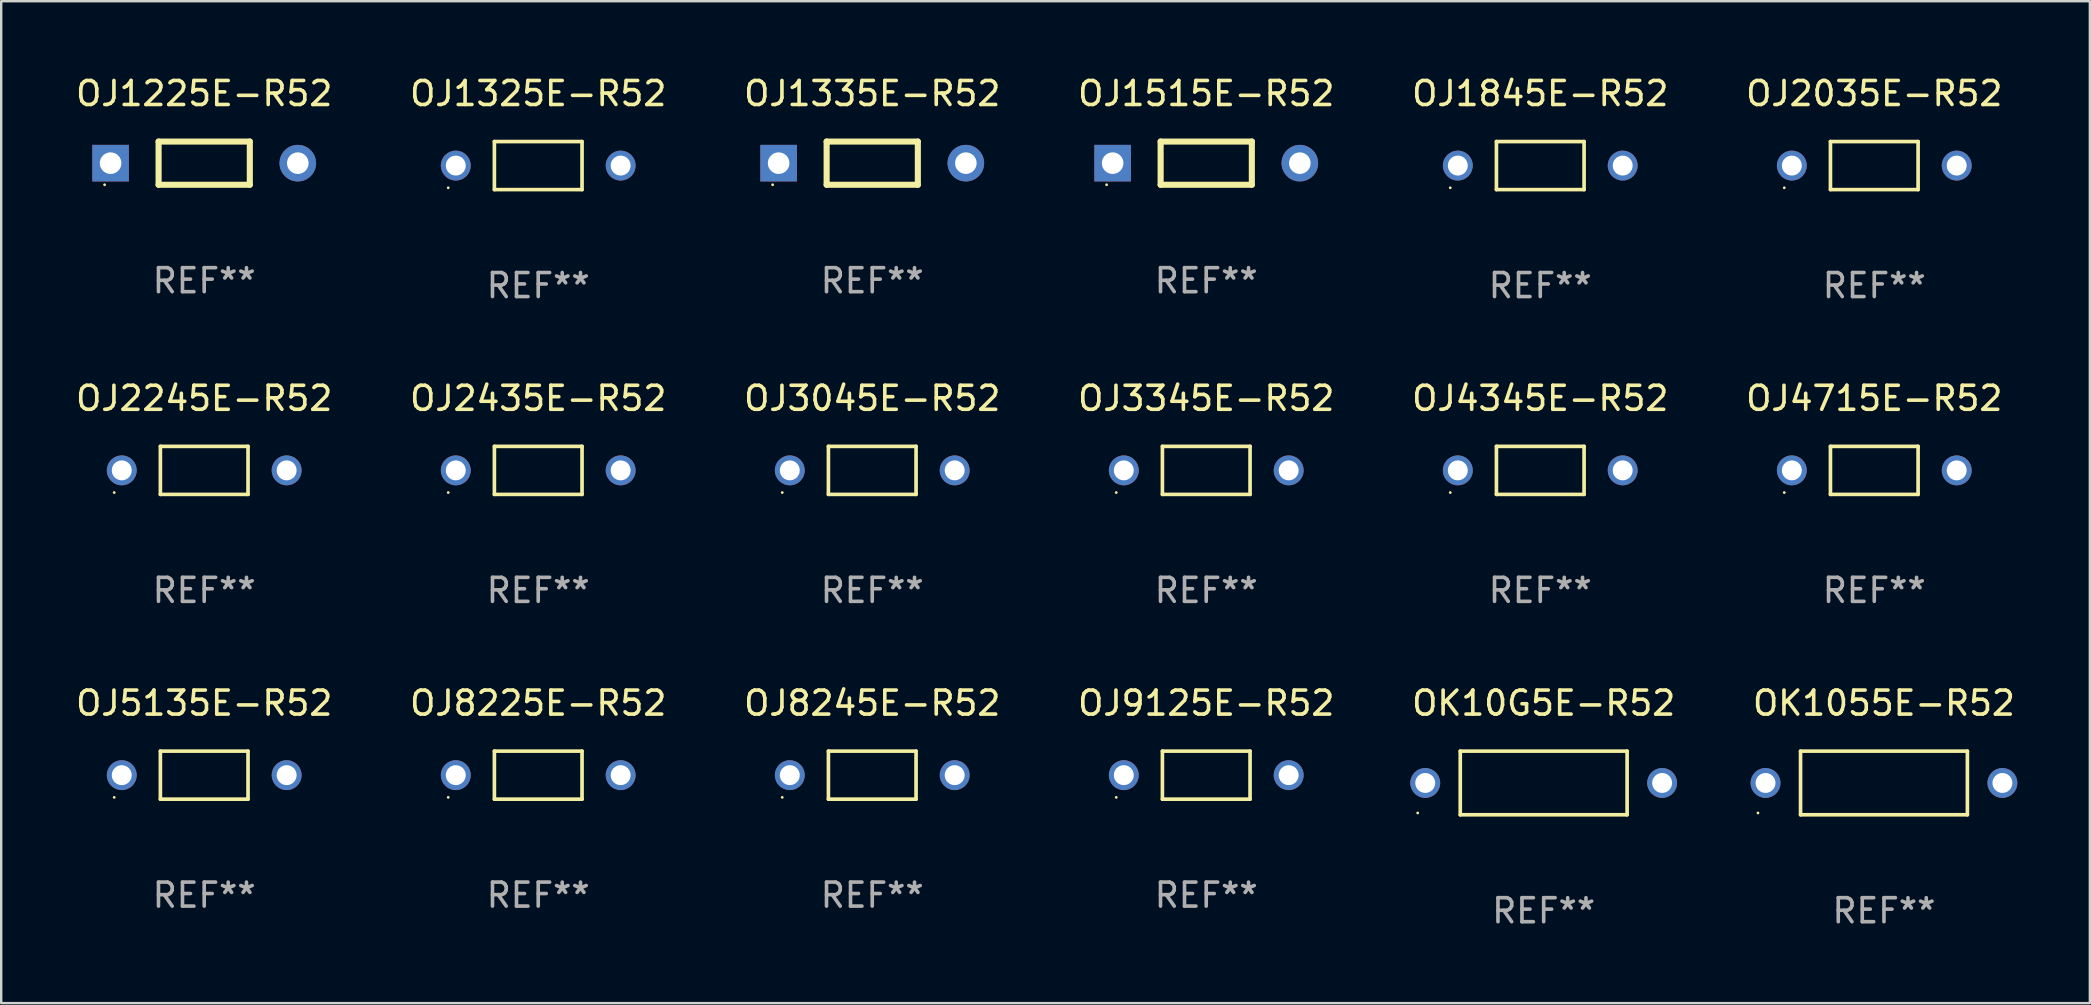
<source format=kicad_pcb>
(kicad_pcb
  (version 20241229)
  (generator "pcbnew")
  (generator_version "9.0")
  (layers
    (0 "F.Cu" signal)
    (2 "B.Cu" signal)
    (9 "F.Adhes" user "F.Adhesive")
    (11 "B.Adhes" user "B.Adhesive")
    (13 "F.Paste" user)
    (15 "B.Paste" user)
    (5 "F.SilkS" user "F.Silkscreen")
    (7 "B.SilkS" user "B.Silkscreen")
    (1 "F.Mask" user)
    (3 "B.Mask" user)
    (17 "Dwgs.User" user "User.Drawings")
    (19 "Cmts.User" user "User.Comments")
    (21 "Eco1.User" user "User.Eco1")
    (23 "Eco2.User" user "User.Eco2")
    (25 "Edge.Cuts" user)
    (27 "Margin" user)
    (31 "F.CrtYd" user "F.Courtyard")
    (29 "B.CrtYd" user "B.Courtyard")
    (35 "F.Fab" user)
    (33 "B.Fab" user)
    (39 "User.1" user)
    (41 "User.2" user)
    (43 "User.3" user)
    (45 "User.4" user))
  (footprint "OJ1335E-R52"
    (layer "F.Cu")
    (at 33.292 3.748)
    (property "Reference" "OJ1335E-R52" (at 0 -2.9 0) (layer "F.SilkS") (effects (font (size 1 1) (thickness 0.15))))
    (attr through_hole)
    (fp_line (start -1.9 -0.9) (end 1.9 -0.9) (stroke (width 0.254) (type solid)) (layer "F.SilkS"))
    (fp_line (start -1.9 0.9) (end -1.9 -0.9) (stroke (width 0.254) (type solid)) (layer "F.SilkS"))
    (fp_line (start 1.9 -0.9) (end 1.9 0.9) (stroke (width 0.254) (type solid)) (layer "F.SilkS"))
    (fp_line (start 1.9 0.9) (end -1.9 0.9) (stroke (width 0.254) (type solid)) (layer "F.SilkS"))
    (fp_circle (center -4.15 0.9) (end -4.12 0.9) (stroke (width 0.06) (type solid)) (fill no) (layer "F.SilkS"))
    (fp_text user "REF**" (at 0 4.9 0) (layer "F.Fab") (effects (font (size 1 1) (thickness 0.15))))
    (pad "1" thru_hole rect (at -3.9 0) (size 1.524 1.524) (drill 0.9) (layers "*.Cu" "*.Mask"))
    (pad "2" thru_hole circle (at 3.9 0) (size 1.524 1.524) (drill 0.9) (layers "*.Cu" "*.Mask")))
  (footprint "OK10G5E-R52"
    (layer "F.Cu")
    (at 61.268 29.572)
    (property "Reference" "OK10G5E-R52" (at 0 -3.326 0) (layer "F.SilkS") (effects (font (size 1 1) (thickness 0.15))))
    (attr through_hole)
    (fp_line (start -3.476 -1.326) (end 3.476 -1.326) (stroke (width 0.152) (type solid)) (layer "F.SilkS"))
    (fp_line (start -3.476 1.326) (end -3.476 -1.326) (stroke (width 0.152) (type solid)) (layer "F.SilkS"))
    (fp_line (start 3.476 -1.326) (end 3.476 1.326) (stroke (width 0.152) (type solid)) (layer "F.SilkS"))
    (fp_line (start 3.476 1.326) (end -3.476 1.326) (stroke (width 0.152) (type solid)) (layer "F.SilkS"))
    (fp_circle (center -5.25 1.25) (end -5.22 1.25) (stroke (width 0.06) (type solid)) (fill no) (layer "F.SilkS"))
    (fp_text user "REF**" (at 0 5.326 0) (layer "F.Fab") (effects (font (size 1 1) (thickness 0.15))))
    (pad "1" thru_hole circle (at -4.935 -0.000013) (size 1.245 1.245) (drill 0.83) (layers "*.Cu" "*.Mask"))
    (pad "2" thru_hole circle (at 4.935 -0.000013) (size 1.245 1.245) (drill 0.83) (layers "*.Cu" "*.Mask")))
  (footprint "OJ4345E-R52"
    (layer "F.Cu")
    (at 61.125 16.548)
    (property "Reference" "OJ4345E-R52" (at 0 -3.001 0) (layer "F.SilkS") (effects (font (size 1 1) (thickness 0.15))))
    (attr through_hole)
    (fp_line (start -1.826 -1.001) (end 1.826 -1.001) (stroke (width 0.152) (type solid)) (layer "F.SilkS"))
    (fp_line (start -1.826 1.001) (end -1.826 -1.001) (stroke (width 0.152) (type solid)) (layer "F.SilkS"))
    (fp_line (start 1.826 -1.001) (end 1.826 1.001) (stroke (width 0.152) (type solid)) (layer "F.SilkS"))
    (fp_line (start 1.826 1.001) (end -1.826 1.001) (stroke (width 0.152) (type solid)) (layer "F.SilkS"))
    (fp_circle (center -3.75 0.925) (end -3.72 0.925) (stroke (width 0.06) (type solid)) (fill no) (layer "F.SilkS"))
    (fp_text user "REF**" (at 0 5.001 0) (layer "F.Fab") (effects (font (size 1 1) (thickness 0.15))))
    (pad "1" thru_hole circle (at -3.435 0) (size 1.245 1.245) (drill 0.83) (layers "*.Cu" "*.Mask"))
    (pad "2" thru_hole circle (at 3.435 0) (size 1.245 1.245) (drill 0.83) (layers "*.Cu" "*.Mask")))
  (footprint "OJ1515E-R52"
    (layer "F.Cu")
    (at 47.208 3.748)
    (property "Reference" "OJ1515E-R52" (at 0 -2.9 0) (layer "F.SilkS") (effects (font (size 1 1) (thickness 0.15))))
    (attr through_hole)
    (fp_line (start -1.9 -0.9) (end 1.9 -0.9) (stroke (width 0.254) (type solid)) (layer "F.SilkS"))
    (fp_line (start -1.9 0.9) (end -1.9 -0.9) (stroke (width 0.254) (type solid)) (layer "F.SilkS"))
    (fp_line (start 1.9 -0.9) (end 1.9 0.9) (stroke (width 0.254) (type solid)) (layer "F.SilkS"))
    (fp_line (start 1.9 0.9) (end -1.9 0.9) (stroke (width 0.254) (type solid)) (layer "F.SilkS"))
    (fp_circle (center -4.15 0.9) (end -4.12 0.9) (stroke (width 0.06) (type solid)) (fill no) (layer "F.SilkS"))
    (fp_text user "REF**" (at 0 4.9 0) (layer "F.Fab") (effects (font (size 1 1) (thickness 0.15))))
    (pad "1" thru_hole rect (at -3.9 0) (size 1.524 1.524) (drill 0.9) (layers "*.Cu" "*.Mask"))
    (pad "2" thru_hole circle (at 3.9 0) (size 1.524 1.524) (drill 0.9) (layers "*.Cu" "*.Mask")))
  (footprint "OJ9125E-R52"
    (layer "F.Cu")
    (at 47.208 29.247)
    (property "Reference" "OJ9125E-R52" (at 0 -3.001 0) (layer "F.SilkS") (effects (font (size 1 1) (thickness 0.15))))
    (attr through_hole)
    (fp_line (start -1.826 -1.001) (end 1.826 -1.001) (stroke (width 0.152) (type solid)) (layer "F.SilkS"))
    (fp_line (start -1.826 1.001) (end -1.826 -1.001) (stroke (width 0.152) (type solid)) (layer "F.SilkS"))
    (fp_line (start 1.826 -1.001) (end 1.826 1.001) (stroke (width 0.152) (type solid)) (layer "F.SilkS"))
    (fp_line (start 1.826 1.001) (end -1.826 1.001) (stroke (width 0.152) (type solid)) (layer "F.SilkS"))
    (fp_circle (center -3.75 0.925) (end -3.72 0.925) (stroke (width 0.06) (type solid)) (fill no) (layer "F.SilkS"))
    (fp_text user "REF**" (at 0 5.001 0) (layer "F.Fab") (effects (font (size 1 1) (thickness 0.15))))
    (pad "1" thru_hole circle (at -3.435 0) (size 1.245 1.245) (drill 0.83) (layers "*.Cu" "*.Mask"))
    (pad "2" thru_hole circle (at 3.435 0) (size 1.245 1.245) (drill 0.83) (layers "*.Cu" "*.Mask")))
  (footprint "OJ4715E-R52"
    (layer "F.Cu")
    (at 75.042 16.548)
    (property "Reference" "OJ4715E-R52" (at 0 -3.001 0) (layer "F.SilkS") (effects (font (size 1 1) (thickness 0.15))))
    (attr through_hole)
    (fp_line (start -1.826 -1.001) (end 1.826 -1.001) (stroke (width 0.152) (type solid)) (layer "F.SilkS"))
    (fp_line (start -1.826 1.001) (end -1.826 -1.001) (stroke (width 0.152) (type solid)) (layer "F.SilkS"))
    (fp_line (start 1.826 -1.001) (end 1.826 1.001) (stroke (width 0.152) (type solid)) (layer "F.SilkS"))
    (fp_line (start 1.826 1.001) (end -1.826 1.001) (stroke (width 0.152) (type solid)) (layer "F.SilkS"))
    (fp_circle (center -3.75 0.925) (end -3.72 0.925) (stroke (width 0.06) (type solid)) (fill no) (layer "F.SilkS"))
    (fp_text user "REF**" (at 0 5.001 0) (layer "F.Fab") (effects (font (size 1 1) (thickness 0.15))))
    (pad "1" thru_hole circle (at -3.435 0) (size 1.245 1.245) (drill 0.83) (layers "*.Cu" "*.Mask"))
    (pad "2" thru_hole circle (at 3.435 0) (size 1.245 1.245) (drill 0.83) (layers "*.Cu" "*.Mask")))
  (footprint "OJ8225E-R52"
    (layer "F.Cu")
    (at 19.375 29.247)
    (property "Reference" "OJ8225E-R52" (at 0 -3.001 0) (layer "F.SilkS") (effects (font (size 1 1) (thickness 0.15))))
    (attr through_hole)
    (fp_line (start -1.826 -1.001) (end 1.826 -1.001) (stroke (width 0.152) (type solid)) (layer "F.SilkS"))
    (fp_line (start -1.826 1.001) (end -1.826 -1.001) (stroke (width 0.152) (type solid)) (layer "F.SilkS"))
    (fp_line (start 1.826 -1.001) (end 1.826 1.001) (stroke (width 0.152) (type solid)) (layer "F.SilkS"))
    (fp_line (start 1.826 1.001) (end -1.826 1.001) (stroke (width 0.152) (type solid)) (layer "F.SilkS"))
    (fp_circle (center -3.75 0.925) (end -3.72 0.925) (stroke (width 0.06) (type solid)) (fill no) (layer "F.SilkS"))
    (fp_text user "REF**" (at 0 5.001 0) (layer "F.Fab") (effects (font (size 1 1) (thickness 0.15))))
    (pad "1" thru_hole circle (at -3.435 0) (size 1.245 1.245) (drill 0.83) (layers "*.Cu" "*.Mask"))
    (pad "2" thru_hole circle (at 3.435 0) (size 1.245 1.245) (drill 0.83) (layers "*.Cu" "*.Mask")))
  (footprint "OJ8245E-R52"
    (layer "F.Cu")
    (at 33.292 29.247)
    (property "Reference" "OJ8245E-R52" (at 0 -3.001 0) (layer "F.SilkS") (effects (font (size 1 1) (thickness 0.15))))
    (attr through_hole)
    (fp_line (start -1.826 -1.001) (end 1.826 -1.001) (stroke (width 0.152) (type solid)) (layer "F.SilkS"))
    (fp_line (start -1.826 1.001) (end -1.826 -1.001) (stroke (width 0.152) (type solid)) (layer "F.SilkS"))
    (fp_line (start 1.826 -1.001) (end 1.826 1.001) (stroke (width 0.152) (type solid)) (layer "F.SilkS"))
    (fp_line (start 1.826 1.001) (end -1.826 1.001) (stroke (width 0.152) (type solid)) (layer "F.SilkS"))
    (fp_circle (center -3.75 0.925) (end -3.72 0.925) (stroke (width 0.06) (type solid)) (fill no) (layer "F.SilkS"))
    (fp_text user "REF**" (at 0 5.001 0) (layer "F.Fab") (effects (font (size 1 1) (thickness 0.15))))
    (pad "1" thru_hole circle (at -3.435 0) (size 1.245 1.245) (drill 0.83) (layers "*.Cu" "*.Mask"))
    (pad "2" thru_hole circle (at 3.435 0) (size 1.245 1.245) (drill 0.83) (layers "*.Cu" "*.Mask")))
  (footprint "OJ1845E-R52"
    (layer "F.Cu")
    (at 61.125 3.849)
    (property "Reference" "OJ1845E-R52" (at 0 -3.001 0) (layer "F.SilkS") (effects (font (size 1 1) (thickness 0.15))))
    (attr through_hole)
    (fp_line (start -1.826 -1.001) (end 1.826 -1.001) (stroke (width 0.152) (type solid)) (layer "F.SilkS"))
    (fp_line (start -1.826 1.001) (end -1.826 -1.001) (stroke (width 0.152) (type solid)) (layer "F.SilkS"))
    (fp_line (start 1.826 -1.001) (end 1.826 1.001) (stroke (width 0.152) (type solid)) (layer "F.SilkS"))
    (fp_line (start 1.826 1.001) (end -1.826 1.001) (stroke (width 0.152) (type solid)) (layer "F.SilkS"))
    (fp_circle (center -3.75 0.925) (end -3.72 0.925) (stroke (width 0.06) (type solid)) (fill no) (layer "F.SilkS"))
    (fp_text user "REF**" (at 0 5.001 0) (layer "F.Fab") (effects (font (size 1 1) (thickness 0.15))))
    (pad "1" thru_hole circle (at -3.435 0) (size 1.245 1.245) (drill 0.83) (layers "*.Cu" "*.Mask"))
    (pad "2" thru_hole circle (at 3.435 0) (size 1.245 1.245) (drill 0.83) (layers "*.Cu" "*.Mask")))
  (footprint "OJ2435E-R52"
    (layer "F.Cu")
    (at 19.375 16.548)
    (property "Reference" "OJ2435E-R52" (at 0 -3.001 0) (layer "F.SilkS") (effects (font (size 1 1) (thickness 0.15))))
    (attr through_hole)
    (fp_line (start -1.826 -1.001) (end 1.826 -1.001) (stroke (width 0.152) (type solid)) (layer "F.SilkS"))
    (fp_line (start -1.826 1.001) (end -1.826 -1.001) (stroke (width 0.152) (type solid)) (layer "F.SilkS"))
    (fp_line (start 1.826 -1.001) (end 1.826 1.001) (stroke (width 0.152) (type solid)) (layer "F.SilkS"))
    (fp_line (start 1.826 1.001) (end -1.826 1.001) (stroke (width 0.152) (type solid)) (layer "F.SilkS"))
    (fp_circle (center -3.75 0.925) (end -3.72 0.925) (stroke (width 0.06) (type solid)) (fill no) (layer "F.SilkS"))
    (fp_text user "REF**" (at 0 5.001 0) (layer "F.Fab") (effects (font (size 1 1) (thickness 0.15))))
    (pad "1" thru_hole circle (at -3.435 0) (size 1.245 1.245) (drill 0.83) (layers "*.Cu" "*.Mask"))
    (pad "2" thru_hole circle (at 3.435 0) (size 1.245 1.245) (drill 0.83) (layers "*.Cu" "*.Mask")))
  (footprint "OJ3045E-R52"
    (layer "F.Cu")
    (at 33.292 16.548)
    (property "Reference" "OJ3045E-R52" (at 0 -3.001 0) (layer "F.SilkS") (effects (font (size 1 1) (thickness 0.15))))
    (attr through_hole)
    (fp_line (start -1.826 -1.001) (end 1.826 -1.001) (stroke (width 0.152) (type solid)) (layer "F.SilkS"))
    (fp_line (start -1.826 1.001) (end -1.826 -1.001) (stroke (width 0.152) (type solid)) (layer "F.SilkS"))
    (fp_line (start 1.826 -1.001) (end 1.826 1.001) (stroke (width 0.152) (type solid)) (layer "F.SilkS"))
    (fp_line (start 1.826 1.001) (end -1.826 1.001) (stroke (width 0.152) (type solid)) (layer "F.SilkS"))
    (fp_circle (center -3.75 0.925) (end -3.72 0.925) (stroke (width 0.06) (type solid)) (fill no) (layer "F.SilkS"))
    (fp_text user "REF**" (at 0 5.001 0) (layer "F.Fab") (effects (font (size 1 1) (thickness 0.15))))
    (pad "1" thru_hole circle (at -3.435 0) (size 1.245 1.245) (drill 0.83) (layers "*.Cu" "*.Mask"))
    (pad "2" thru_hole circle (at 3.435 0) (size 1.245 1.245) (drill 0.83) (layers "*.Cu" "*.Mask")))
  (footprint "OJ5135E-R52"
    (layer "F.Cu")
    (at 5.458 29.247)
    (property "Reference" "OJ5135E-R52" (at 0 -3.001 0) (layer "F.SilkS") (effects (font (size 1 1) (thickness 0.15))))
    (attr through_hole)
    (fp_line (start -1.826 -1.001) (end 1.826 -1.001) (stroke (width 0.152) (type solid)) (layer "F.SilkS"))
    (fp_line (start -1.826 1.001) (end -1.826 -1.001) (stroke (width 0.152) (type solid)) (layer "F.SilkS"))
    (fp_line (start 1.826 -1.001) (end 1.826 1.001) (stroke (width 0.152) (type solid)) (layer "F.SilkS"))
    (fp_line (start 1.826 1.001) (end -1.826 1.001) (stroke (width 0.152) (type solid)) (layer "F.SilkS"))
    (fp_circle (center -3.75 0.925) (end -3.72 0.925) (stroke (width 0.06) (type solid)) (fill no) (layer "F.SilkS"))
    (fp_text user "REF**" (at 0 5.001 0) (layer "F.Fab") (effects (font (size 1 1) (thickness 0.15))))
    (pad "1" thru_hole circle (at -3.435 0) (size 1.245 1.245) (drill 0.83) (layers "*.Cu" "*.Mask"))
    (pad "2" thru_hole circle (at 3.435 0) (size 1.245 1.245) (drill 0.83) (layers "*.Cu" "*.Mask")))
  (footprint "OK1055E-R52"
    (layer "F.Cu")
    (at 75.446 29.572)
    (property "Reference" "OK1055E-R52" (at 0 -3.326 0) (layer "F.SilkS") (effects (font (size 1 1) (thickness 0.15))))
    (attr through_hole)
    (fp_line (start -3.476 -1.326) (end 3.476 -1.326) (stroke (width 0.152) (type solid)) (layer "F.SilkS"))
    (fp_line (start -3.476 1.326) (end -3.476 -1.326) (stroke (width 0.152) (type solid)) (layer "F.SilkS"))
    (fp_line (start 3.476 -1.326) (end 3.476 1.326) (stroke (width 0.152) (type solid)) (layer "F.SilkS"))
    (fp_line (start 3.476 1.326) (end -3.476 1.326) (stroke (width 0.152) (type solid)) (layer "F.SilkS"))
    (fp_circle (center -5.25 1.25) (end -5.22 1.25) (stroke (width 0.06) (type solid)) (fill no) (layer "F.SilkS"))
    (fp_text user "REF**" (at 0 5.326 0) (layer "F.Fab") (effects (font (size 1 1) (thickness 0.15))))
    (pad "1" thru_hole circle (at -4.935 -0.000013) (size 1.245 1.245) (drill 0.83) (layers "*.Cu" "*.Mask"))
    (pad "2" thru_hole circle (at 4.935 -0.000013) (size 1.245 1.245) (drill 0.83) (layers "*.Cu" "*.Mask")))
  (footprint "OJ2245E-R52"
    (layer "F.Cu")
    (at 5.458 16.548)
    (property "Reference" "OJ2245E-R52" (at 0 -3.001 0) (layer "F.SilkS") (effects (font (size 1 1) (thickness 0.15))))
    (attr through_hole)
    (fp_line (start -1.826 -1.001) (end 1.826 -1.001) (stroke (width 0.152) (type solid)) (layer "F.SilkS"))
    (fp_line (start -1.826 1.001) (end -1.826 -1.001) (stroke (width 0.152) (type solid)) (layer "F.SilkS"))
    (fp_line (start 1.826 -1.001) (end 1.826 1.001) (stroke (width 0.152) (type solid)) (layer "F.SilkS"))
    (fp_line (start 1.826 1.001) (end -1.826 1.001) (stroke (width 0.152) (type solid)) (layer "F.SilkS"))
    (fp_circle (center -3.75 0.925) (end -3.72 0.925) (stroke (width 0.06) (type solid)) (fill no) (layer "F.SilkS"))
    (fp_text user "REF**" (at 0 5.001 0) (layer "F.Fab") (effects (font (size 1 1) (thickness 0.15))))
    (pad "1" thru_hole circle (at -3.435 0) (size 1.245 1.245) (drill 0.83) (layers "*.Cu" "*.Mask"))
    (pad "2" thru_hole circle (at 3.435 0) (size 1.245 1.245) (drill 0.83) (layers "*.Cu" "*.Mask")))
  (footprint "OJ3345E-R52"
    (layer "F.Cu")
    (at 47.208 16.548)
    (property "Reference" "OJ3345E-R52" (at 0 -3.001 0) (layer "F.SilkS") (effects (font (size 1 1) (thickness 0.15))))
    (attr through_hole)
    (fp_line (start -1.826 -1.001) (end 1.826 -1.001) (stroke (width 0.152) (type solid)) (layer "F.SilkS"))
    (fp_line (start -1.826 1.001) (end -1.826 -1.001) (stroke (width 0.152) (type solid)) (layer "F.SilkS"))
    (fp_line (start 1.826 -1.001) (end 1.826 1.001) (stroke (width 0.152) (type solid)) (layer "F.SilkS"))
    (fp_line (start 1.826 1.001) (end -1.826 1.001) (stroke (width 0.152) (type solid)) (layer "F.SilkS"))
    (fp_circle (center -3.75 0.925) (end -3.72 0.925) (stroke (width 0.06) (type solid)) (fill no) (layer "F.SilkS"))
    (fp_text user "REF**" (at 0 5.001 0) (layer "F.Fab") (effects (font (size 1 1) (thickness 0.15))))
    (pad "1" thru_hole circle (at -3.435 0) (size 1.245 1.245) (drill 0.83) (layers "*.Cu" "*.Mask"))
    (pad "2" thru_hole circle (at 3.435 0) (size 1.245 1.245) (drill 0.83) (layers "*.Cu" "*.Mask")))
  (footprint "OJ1225E-R52"
    (layer "F.Cu")
    (at 5.458 3.748)
    (property "Reference" "OJ1225E-R52" (at 0 -2.9 0) (layer "F.SilkS") (effects (font (size 1 1) (thickness 0.15))))
    (attr through_hole)
    (fp_line (start -1.9 -0.9) (end 1.9 -0.9) (stroke (width 0.254) (type solid)) (layer "F.SilkS"))
    (fp_line (start -1.9 0.9) (end -1.9 -0.9) (stroke (width 0.254) (type solid)) (layer "F.SilkS"))
    (fp_line (start 1.9 -0.9) (end 1.9 0.9) (stroke (width 0.254) (type solid)) (layer "F.SilkS"))
    (fp_line (start 1.9 0.9) (end -1.9 0.9) (stroke (width 0.254) (type solid)) (layer "F.SilkS"))
    (fp_circle (center -4.15 0.9) (end -4.12 0.9) (stroke (width 0.06) (type solid)) (fill no) (layer "F.SilkS"))
    (fp_text user "REF**" (at 0 4.9 0) (layer "F.Fab") (effects (font (size 1 1) (thickness 0.15))))
    (pad "1" thru_hole rect (at -3.9 0) (size 1.524 1.524) (drill 0.9) (layers "*.Cu" "*.Mask"))
    (pad "2" thru_hole circle (at 3.9 0) (size 1.524 1.524) (drill 0.9) (layers "*.Cu" "*.Mask")))
  (footprint "OJ2035E-R52"
    (layer "F.Cu")
    (at 75.042 3.849)
    (property "Reference" "OJ2035E-R52" (at 0 -3.001 0) (layer "F.SilkS") (effects (font (size 1 1) (thickness 0.15))))
    (attr through_hole)
    (fp_line (start -1.826 -1.001) (end 1.826 -1.001) (stroke (width 0.152) (type solid)) (layer "F.SilkS"))
    (fp_line (start -1.826 1.001) (end -1.826 -1.001) (stroke (width 0.152) (type solid)) (layer "F.SilkS"))
    (fp_line (start 1.826 -1.001) (end 1.826 1.001) (stroke (width 0.152) (type solid)) (layer "F.SilkS"))
    (fp_line (start 1.826 1.001) (end -1.826 1.001) (stroke (width 0.152) (type solid)) (layer "F.SilkS"))
    (fp_circle (center -3.75 0.925) (end -3.72 0.925) (stroke (width 0.06) (type solid)) (fill no) (layer "F.SilkS"))
    (fp_text user "REF**" (at 0 5.001 0) (layer "F.Fab") (effects (font (size 1 1) (thickness 0.15))))
    (pad "1" thru_hole circle (at -3.435 0) (size 1.245 1.245) (drill 0.83) (layers "*.Cu" "*.Mask"))
    (pad "2" thru_hole circle (at 3.435 0) (size 1.245 1.245) (drill 0.83) (layers "*.Cu" "*.Mask")))
  (footprint "OJ1325E-R52"
    (layer "F.Cu")
    (at 19.375 3.849)
    (property "Reference" "OJ1325E-R52" (at 0 -3.001 0) (layer "F.SilkS") (effects (font (size 1 1) (thickness 0.15))))
    (attr through_hole)
    (fp_line (start -1.826 -1.001) (end 1.826 -1.001) (stroke (width 0.152) (type solid)) (layer "F.SilkS"))
    (fp_line (start -1.826 1.001) (end -1.826 -1.001) (stroke (width 0.152) (type solid)) (layer "F.SilkS"))
    (fp_line (start 1.826 -1.001) (end 1.826 1.001) (stroke (width 0.152) (type solid)) (layer "F.SilkS"))
    (fp_line (start 1.826 1.001) (end -1.826 1.001) (stroke (width 0.152) (type solid)) (layer "F.SilkS"))
    (fp_circle (center -3.75 0.925) (end -3.72 0.925) (stroke (width 0.06) (type solid)) (fill no) (layer "F.SilkS"))
    (fp_text user "REF**" (at 0 5.001 0) (layer "F.Fab") (effects (font (size 1 1) (thickness 0.15))))
    (pad "1" thru_hole circle (at -3.435 0) (size 1.245 1.245) (drill 0.83) (layers "*.Cu" "*.Mask"))
    (pad "2" thru_hole circle (at 3.435 0) (size 1.245 1.245) (drill 0.83) (layers "*.Cu" "*.Mask")))
  (gr_rect
    (start -3 -3)
    (end 84.024 38.747)
    (stroke (width 0.1) (type default))
    (fill no)
    (layer "Edge.Cuts")))
</source>
